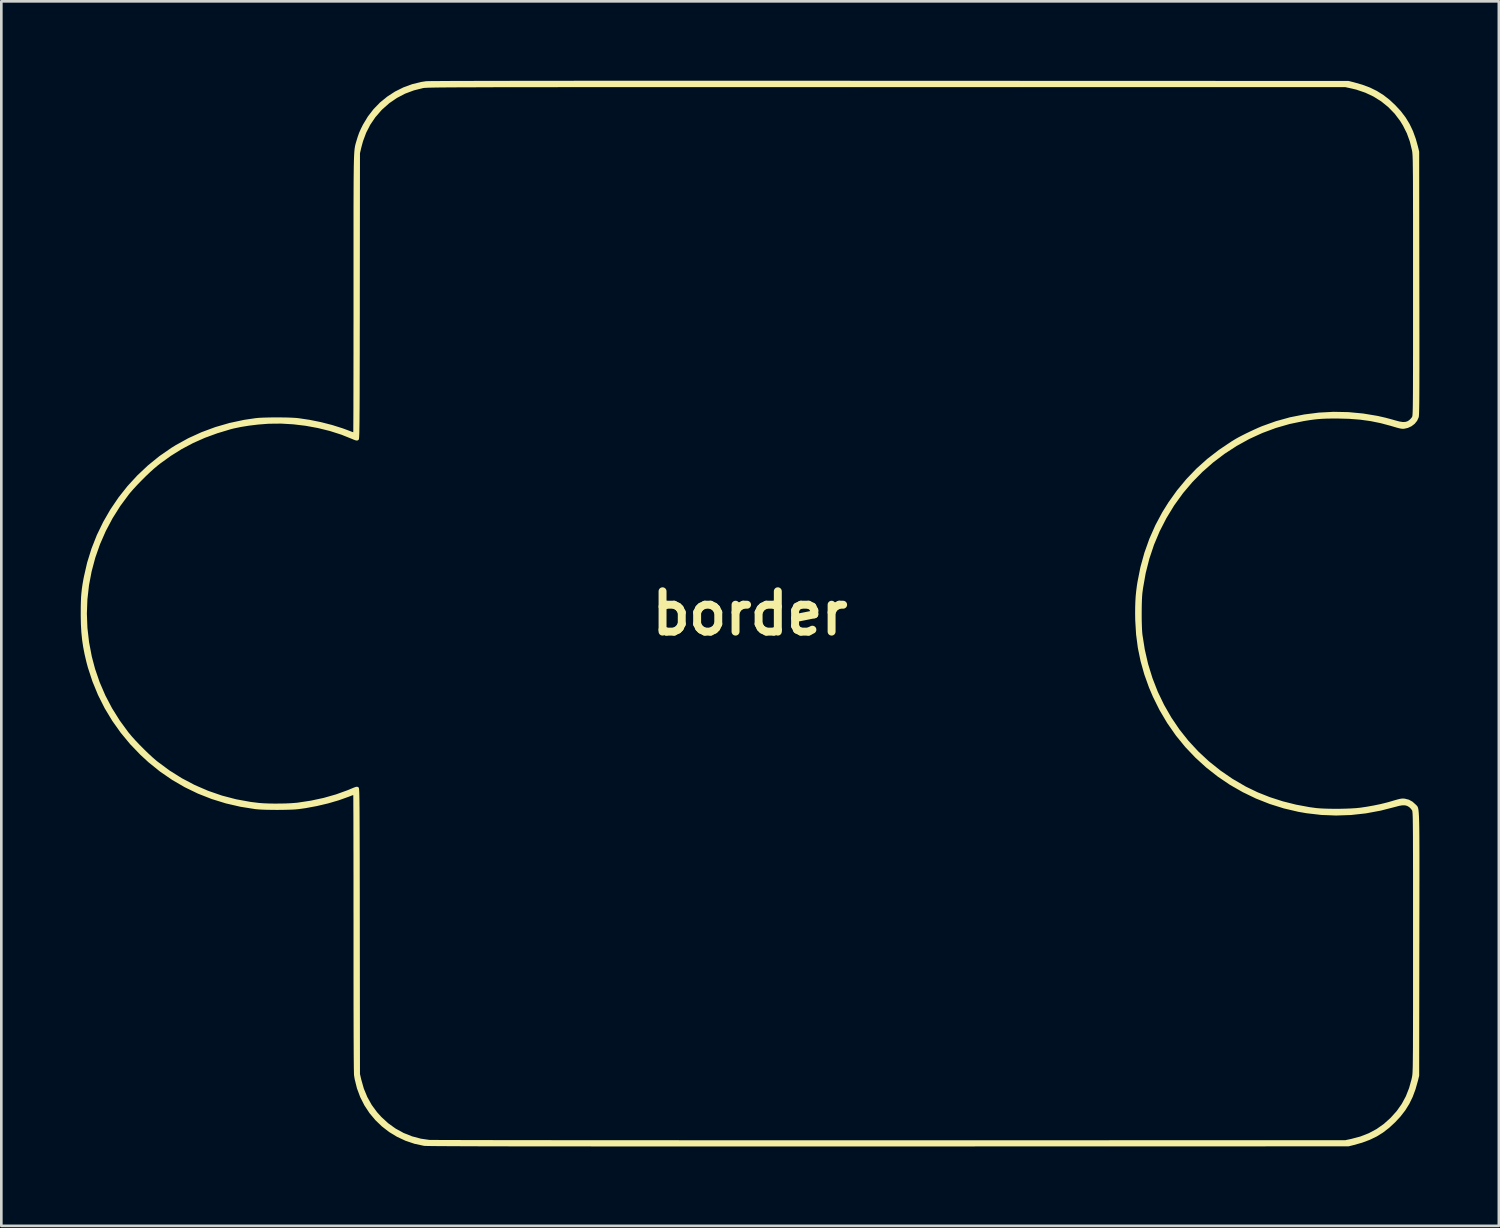
<source format=kicad_pcb>
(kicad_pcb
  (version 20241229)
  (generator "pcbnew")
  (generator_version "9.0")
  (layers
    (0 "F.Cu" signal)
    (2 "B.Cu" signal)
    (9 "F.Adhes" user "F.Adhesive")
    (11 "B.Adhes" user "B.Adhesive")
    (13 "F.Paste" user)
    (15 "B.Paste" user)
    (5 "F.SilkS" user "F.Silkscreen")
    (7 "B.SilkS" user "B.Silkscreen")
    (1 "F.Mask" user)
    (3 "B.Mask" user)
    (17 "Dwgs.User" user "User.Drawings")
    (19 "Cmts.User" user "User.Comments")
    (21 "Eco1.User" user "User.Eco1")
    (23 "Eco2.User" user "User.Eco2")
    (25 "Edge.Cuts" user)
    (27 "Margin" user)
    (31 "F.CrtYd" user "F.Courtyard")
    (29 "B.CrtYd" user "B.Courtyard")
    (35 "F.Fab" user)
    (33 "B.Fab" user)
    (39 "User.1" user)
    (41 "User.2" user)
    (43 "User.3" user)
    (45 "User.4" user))
  (footprint "border"
    (layer "F.Cu")
    (at 25.282 20.122)
    (property "Reference" "border" (at 0 0 0) (layer "F.SilkS") (effects (font (size 1.524 1.524) (thickness 0.3))))
    (attr board_only exclude_from_pos_files exclude_from_bom)
    (fp_poly (pts (xy -1.311 -20.122) (xy -0.41 -20.122) (xy 0.53 -20.121) (xy 1.511 -20.121) (xy 2.532 -20.121) (xy 3.595 -20.121) (xy 4.699 -20.12) (xy 5.275 -20.12) (xy 22.614 -20.114) (xy 22.805 -20.066) (xy 23.129 -19.974) (xy 23.419 -19.866) (xy 23.683 -19.737) (xy 23.928 -19.584) (xy 24.161 -19.403) (xy 24.374 -19.205) (xy 24.587 -18.975) (xy 24.767 -18.739) (xy 24.919 -18.49) (xy 25.047 -18.222) (xy 25.154 -17.927) (xy 25.235 -17.636) (xy 25.282 -17.445) (xy 25.288 -12.479) (xy 25.289 -11.932) (xy 25.29 -11.426) (xy 25.29 -10.959) (xy 25.291 -10.53) (xy 25.291 -10.137) (xy 25.291 -9.778) (xy 25.291 -9.452) (xy 25.291 -9.157) (xy 25.29 -8.892) (xy 25.29 -8.655) (xy 25.289 -8.444) (xy 25.288 -8.259) (xy 25.287 -8.096) (xy 25.286 -7.955) (xy 25.284 -7.835) (xy 25.282 -7.733) (xy 25.28 -7.648) (xy 25.278 -7.578) (xy 25.276 -7.522) (xy 25.273 -7.479) (xy 25.27 -7.445) (xy 25.267 -7.421) (xy 25.263 -7.405) (xy 25.263 -7.403) (xy 25.204 -7.274) (xy 25.112 -7.161) (xy 24.993 -7.07) (xy 24.855 -7.006) (xy 24.726 -6.977) (xy 24.681 -6.973) (xy 24.638 -6.974) (xy 24.589 -6.98) (xy 24.526 -6.993) (xy 24.444 -7.014) (xy 24.335 -7.046) (xy 24.204 -7.085) (xy 23.825 -7.186) (xy 23.442 -7.264) (xy 23.047 -7.318) (xy 22.632 -7.35) (xy 22.187 -7.361) (xy 22.18 -7.361) (xy 21.964 -7.36) (xy 21.779 -7.357) (xy 21.616 -7.35) (xy 21.464 -7.339) (xy 21.312 -7.323) (xy 21.15 -7.301) (xy 20.967 -7.272) (xy 20.92 -7.264) (xy 20.389 -7.154) (xy 19.868 -7.004) (xy 19.36 -6.815) (xy 18.868 -6.59) (xy 18.393 -6.328) (xy 17.938 -6.033) (xy 17.505 -5.706) (xy 17.097 -5.348) (xy 16.715 -4.96) (xy 16.363 -4.544) (xy 16.043 -4.102) (xy 16.026 -4.078) (xy 15.734 -3.599) (xy 15.48 -3.104) (xy 15.265 -2.593) (xy 15.088 -2.064) (xy 14.95 -1.518) (xy 14.85 -0.953) (xy 14.826 -0.773) (xy 14.816 -0.658) (xy 14.808 -0.509) (xy 14.803 -0.336) (xy 14.8 -0.146) (xy 14.799 0.05) (xy 14.8 0.245) (xy 14.805 0.429) (xy 14.811 0.594) (xy 14.82 0.73) (xy 14.826 0.794) (xy 14.915 1.361) (xy 15.041 1.912) (xy 15.206 2.446) (xy 15.407 2.961) (xy 15.645 3.457) (xy 15.917 3.931) (xy 16.222 4.382) (xy 16.561 4.809) (xy 16.932 5.211) (xy 17.335 5.586) (xy 17.767 5.932) (xy 18.229 6.25) (xy 18.719 6.536) (xy 18.749 6.552) (xy 19.182 6.761) (xy 19.644 6.944) (xy 20.129 7.1) (xy 20.63 7.226) (xy 21.141 7.321) (xy 21.386 7.354) (xy 21.523 7.366) (xy 21.693 7.375) (xy 21.887 7.381) (xy 22.095 7.383) (xy 22.309 7.382) (xy 22.519 7.377) (xy 22.716 7.369) (xy 22.89 7.358) (xy 23.033 7.344) (xy 23.038 7.344) (xy 23.301 7.305) (xy 23.57 7.257) (xy 23.83 7.203) (xy 24.069 7.144) (xy 24.204 7.106) (xy 24.344 7.064) (xy 24.451 7.034) (xy 24.531 7.013) (xy 24.593 7.001) (xy 24.644 6.995) (xy 24.69 6.996) (xy 24.738 7) (xy 24.739 7) (xy 24.891 7.038) (xy 25.03 7.114) (xy 25.144 7.216) (xy 25.16 7.233) (xy 25.175 7.247) (xy 25.189 7.26) (xy 25.202 7.274) (xy 25.213 7.289) (xy 25.224 7.308) (xy 25.234 7.332) (xy 25.243 7.363) (xy 25.251 7.403) (xy 25.258 7.452) (xy 25.264 7.513) (xy 25.269 7.587) (xy 25.274 7.676) (xy 25.278 7.781) (xy 25.282 7.904) (xy 25.285 8.047) (xy 25.287 8.212) (xy 25.289 8.399) (xy 25.29 8.61) (xy 25.291 8.848) (xy 25.292 9.113) (xy 25.292 9.408) (xy 25.292 9.733) (xy 25.292 10.091) (xy 25.291 10.484) (xy 25.291 10.911) (xy 25.29 11.377) (xy 25.289 11.881) (xy 25.289 12.425) (xy 25.288 12.5) (xy 25.282 17.466) (xy 25.235 17.657) (xy 25.144 17.979) (xy 25.037 18.267) (xy 24.909 18.53) (xy 24.758 18.774) (xy 24.578 19.006) (xy 24.374 19.226) (xy 24.148 19.435) (xy 23.918 19.613) (xy 23.676 19.763) (xy 23.415 19.889) (xy 23.129 19.996) (xy 22.809 20.086) (xy 22.805 20.087) (xy 22.614 20.135) (xy 5.233 20.139) (xy 4.168 20.139) (xy 3.145 20.139) (xy 2.163 20.139) (xy 1.221 20.139) (xy 0.318 20.139) (xy -0.546 20.139) (xy -1.373 20.139) (xy -2.162 20.139) (xy -2.914 20.139) (xy -3.632 20.139) (xy -4.314 20.139) (xy -4.962 20.139) (xy -5.577 20.139) (xy -6.159 20.138) (xy -6.71 20.138) (xy -7.229 20.138) (xy -7.718 20.137) (xy -8.178 20.137) (xy -8.608 20.136) (xy -9.011 20.136) (xy -9.386 20.135) (xy -9.734 20.134) (xy -10.057 20.134) (xy -10.355 20.133) (xy -10.628 20.132) (xy -10.878 20.131) (xy -11.105 20.13) (xy -11.31 20.129) (xy -11.493 20.128) (xy -11.656 20.127) (xy -11.8 20.126) (xy -11.924 20.125) (xy -12.03 20.124) (xy -12.118 20.122) (xy -12.189 20.121) (xy -12.245 20.119) (xy -12.285 20.118) (xy -12.31 20.116) (xy -12.319 20.115) (xy -12.674 20.038) (xy -13.013 19.924) (xy -13.332 19.775) (xy -13.631 19.594) (xy -13.905 19.382) (xy -14.154 19.142) (xy -14.375 18.877) (xy -14.565 18.588) (xy -14.723 18.277) (xy -14.846 17.947) (xy -14.932 17.601) (xy -14.956 17.457) (xy -14.959 17.417) (xy -14.961 17.336) (xy -14.964 17.214) (xy -14.966 17.052) (xy -14.968 16.848) (xy -14.97 16.603) (xy -14.971 16.317) (xy -14.973 15.989) (xy -14.974 15.62) (xy -14.975 15.21) (xy -14.976 14.757) (xy -14.976 14.263) (xy -14.977 13.727) (xy -14.977 13.149) (xy -14.977 12.529) (xy -14.977 12.083) (xy -14.977 11.616) (xy -14.978 11.16) (xy -14.978 10.717) (xy -14.978 10.289) (xy -14.978 9.877) (xy -14.979 9.484) (xy -14.979 9.111) (xy -14.98 8.761) (xy -14.98 8.434) (xy -14.981 8.133) (xy -14.981 7.859) (xy -14.982 7.615) (xy -14.983 7.402) (xy -14.984 7.221) (xy -14.984 7.076) (xy -14.985 6.966) (xy -14.986 6.896) (xy -14.987 6.865) (xy -14.987 6.864) (xy -15.01 6.871) (xy -15.063 6.89) (xy -15.134 6.918) (xy -15.152 6.925) (xy -15.529 7.06) (xy -15.935 7.179) (xy -16.36 7.279) (xy -16.791 7.359) (xy -17.064 7.397) (xy -17.178 7.407) (xy -17.326 7.415) (xy -17.498 7.42) (xy -17.688 7.424) (xy -17.885 7.425) (xy -18.081 7.423) (xy -18.268 7.42) (xy -18.438 7.414) (xy -18.581 7.405) (xy -18.674 7.397) (xy -19.245 7.307) (xy -19.8 7.179) (xy -20.336 7.013) (xy -20.853 6.81) (xy -21.351 6.569) (xy -21.828 6.292) (xy -22.285 5.978) (xy -22.719 5.628) (xy -23.021 5.351) (xy -23.414 4.943) (xy -23.771 4.511) (xy -24.093 4.057) (xy -24.379 3.582) (xy -24.628 3.087) (xy -24.839 2.575) (xy -25.012 2.046) (xy -25.069 1.832) (xy -25.137 1.544) (xy -25.19 1.269) (xy -25.23 0.999) (xy -25.258 0.723) (xy -25.275 0.43) (xy -25.282 0.11) (xy -25.282 0.01) (xy -25.05 0.01) (xy -25.029 0.55) (xy -24.967 1.091) (xy -24.864 1.63) (xy -24.741 2.095) (xy -24.566 2.604) (xy -24.352 3.101) (xy -24.099 3.583) (xy -23.808 4.048) (xy -23.482 4.494) (xy -23.458 4.523) (xy -23.346 4.656) (xy -23.209 4.808) (xy -23.055 4.97) (xy -22.892 5.134) (xy -22.729 5.292) (xy -22.572 5.437) (xy -22.431 5.559) (xy -22.381 5.6) (xy -21.931 5.933) (xy -21.462 6.228) (xy -20.974 6.485) (xy -20.47 6.703) (xy -19.949 6.883) (xy -19.413 7.023) (xy -18.864 7.123) (xy -18.547 7.162) (xy -18.385 7.174) (xy -18.193 7.182) (xy -17.983 7.186) (xy -17.764 7.185) (xy -17.549 7.181) (xy -17.347 7.172) (xy -17.172 7.159) (xy -17.096 7.152) (xy -16.593 7.076) (xy -16.107 6.972) (xy -15.643 6.84) (xy -15.207 6.683) (xy -15.074 6.628) (xy -14.972 6.585) (xy -14.9 6.559) (xy -14.851 6.55) (xy -14.817 6.555) (xy -14.789 6.574) (xy -14.78 6.584) (xy -14.776 6.591) (xy -14.773 6.602) (xy -14.77 6.621) (xy -14.767 6.647) (xy -14.764 6.684) (xy -14.761 6.732) (xy -14.759 6.793) (xy -14.757 6.868) (xy -14.755 6.959) (xy -14.753 7.068) (xy -14.752 7.196) (xy -14.75 7.344) (xy -14.749 7.514) (xy -14.748 7.708) (xy -14.747 7.927) (xy -14.746 8.173) (xy -14.745 8.447) (xy -14.744 8.75) (xy -14.743 9.085) (xy -14.742 9.452) (xy -14.742 9.854) (xy -14.741 10.292) (xy -14.74 10.766) (xy -14.74 11.28) (xy -14.739 11.834) (xy -14.739 12.013) (xy -14.733 17.403) (xy -14.685 17.609) (xy -14.587 17.954) (xy -14.455 18.273) (xy -14.29 18.569) (xy -14.089 18.843) (xy -13.928 19.022) (xy -13.668 19.261) (xy -13.386 19.464) (xy -13.085 19.629) (xy -12.767 19.756) (xy -12.432 19.845) (xy -12.117 19.891) (xy -12.087 19.892) (xy -12.016 19.893) (xy -11.904 19.893) (xy -11.753 19.894) (xy -11.564 19.895) (xy -11.337 19.896) (xy -11.074 19.896) (xy -10.776 19.897) (xy -10.443 19.898) (xy -10.077 19.898) (xy -9.679 19.899) (xy -9.25 19.9) (xy -8.79 19.9) (xy -8.301 19.901) (xy -7.784 19.901) (xy -7.239 19.902) (xy -6.669 19.902) (xy -6.073 19.903) (xy -5.453 19.903) (xy -4.809 19.903) (xy -4.144 19.904) (xy -3.457 19.904) (xy -2.75 19.904) (xy -2.024 19.905) (xy -1.28 19.905) (xy -0.519 19.905) (xy 0.259 19.905) (xy 1.051 19.905) (xy 1.858 19.905) (xy 2.678 19.905) (xy 3.51 19.905) (xy 4.353 19.905) (xy 5.206 19.905) (xy 5.275 19.905) (xy 22.487 19.903) (xy 22.716 19.854) (xy 23.06 19.763) (xy 23.377 19.639) (xy 23.671 19.482) (xy 23.945 19.289) (xy 24.202 19.059) (xy 24.204 19.056) (xy 24.43 18.805) (xy 24.621 18.536) (xy 24.777 18.247) (xy 24.901 17.933) (xy 24.995 17.593) (xy 25.012 17.509) (xy 25.017 17.486) (xy 25.02 17.461) (xy 25.024 17.432) (xy 25.027 17.396) (xy 25.03 17.353) (xy 25.033 17.301) (xy 25.035 17.238) (xy 25.038 17.162) (xy 25.04 17.072) (xy 25.041 16.965) (xy 25.043 16.842) (xy 25.044 16.699) (xy 25.046 16.535) (xy 25.047 16.348) (xy 25.047 16.137) (xy 25.048 15.9) (xy 25.049 15.636) (xy 25.049 15.342) (xy 25.05 15.017) (xy 25.05 14.659) (xy 25.05 14.268) (xy 25.05 13.84) (xy 25.05 13.375) (xy 25.05 12.87) (xy 25.05 12.414) (xy 25.05 11.875) (xy 25.05 11.378) (xy 25.05 10.919) (xy 25.05 10.498) (xy 25.05 10.112) (xy 25.05 9.761) (xy 25.049 9.443) (xy 25.049 9.155) (xy 25.048 8.897) (xy 25.047 8.667) (xy 25.047 8.463) (xy 25.046 8.283) (xy 25.044 8.126) (xy 25.043 7.991) (xy 25.041 7.875) (xy 25.04 7.777) (xy 25.038 7.696) (xy 25.035 7.629) (xy 25.033 7.576) (xy 25.03 7.534) (xy 25.027 7.502) (xy 25.024 7.478) (xy 25.021 7.461) (xy 25.017 7.449) (xy 25.013 7.442) (xy 24.972 7.385) (xy 24.915 7.328) (xy 24.901 7.317) (xy 24.828 7.274) (xy 24.746 7.252) (xy 24.648 7.251) (xy 24.526 7.272) (xy 24.401 7.305) (xy 23.834 7.451) (xy 23.268 7.556) (xy 22.704 7.618) (xy 22.142 7.637) (xy 21.581 7.615) (xy 21.022 7.55) (xy 20.718 7.497) (xy 20.172 7.369) (xy 19.638 7.202) (xy 19.119 6.997) (xy 18.618 6.755) (xy 18.135 6.479) (xy 17.675 6.168) (xy 17.238 5.825) (xy 16.827 5.451) (xy 16.444 5.048) (xy 16.092 4.616) (xy 16.086 4.608) (xy 15.763 4.144) (xy 15.474 3.656) (xy 15.223 3.15) (xy 15.077 2.807) (xy 14.898 2.307) (xy 14.758 1.809) (xy 14.654 1.306) (xy 14.587 0.792) (xy 14.555 0.26) (xy 14.551 0.011) (xy 14.553 -0.235) (xy 14.56 -0.451) (xy 14.572 -0.651) (xy 14.592 -0.847) (xy 14.619 -1.053) (xy 14.64 -1.186) (xy 14.75 -1.742) (xy 14.9 -2.287) (xy 15.088 -2.816) (xy 15.315 -3.33) (xy 15.579 -3.824) (xy 15.81 -4.194) (xy 16.135 -4.649) (xy 16.486 -5.072) (xy 16.865 -5.467) (xy 17.274 -5.834) (xy 17.715 -6.175) (xy 18.19 -6.494) (xy 18.356 -6.595) (xy 18.456 -6.651) (xy 18.584 -6.718) (xy 18.733 -6.793) (xy 18.891 -6.869) (xy 19.049 -6.943) (xy 19.198 -7.01) (xy 19.328 -7.065) (xy 19.341 -7.071) (xy 19.863 -7.258) (xy 20.398 -7.407) (xy 20.943 -7.515) (xy 21.495 -7.585) (xy 22.051 -7.614) (xy 22.608 -7.603) (xy 23.162 -7.551) (xy 23.711 -7.46) (xy 24.012 -7.391) (xy 24.11 -7.365) (xy 24.228 -7.333) (xy 24.349 -7.299) (xy 24.401 -7.284) (xy 24.548 -7.246) (xy 24.666 -7.229) (xy 24.761 -7.233) (xy 24.841 -7.258) (xy 24.901 -7.296) (xy 24.958 -7.349) (xy 25.006 -7.408) (xy 25.013 -7.421) (xy 25.017 -7.43) (xy 25.021 -7.443) (xy 25.025 -7.461) (xy 25.028 -7.486) (xy 25.031 -7.52) (xy 25.033 -7.563) (xy 25.036 -7.619) (xy 25.038 -7.688) (xy 25.04 -7.772) (xy 25.042 -7.873) (xy 25.043 -7.993) (xy 25.045 -8.132) (xy 25.046 -8.293) (xy 25.047 -8.477) (xy 25.048 -8.686) (xy 25.048 -8.921) (xy 25.049 -9.184) (xy 25.049 -9.477) (xy 25.05 -9.802) (xy 25.05 -10.159) (xy 25.05 -10.551) (xy 25.05 -10.979) (xy 25.05 -11.445) (xy 25.05 -11.951) (xy 25.05 -12.382) (xy 25.05 -12.92) (xy 25.05 -13.417) (xy 25.05 -13.875) (xy 25.05 -14.296) (xy 25.05 -14.681) (xy 25.05 -15.032) (xy 25.049 -15.351) (xy 25.049 -15.639) (xy 25.048 -15.899) (xy 25.048 -16.131) (xy 25.047 -16.337) (xy 25.046 -16.52) (xy 25.044 -16.68) (xy 25.043 -16.82) (xy 25.041 -16.941) (xy 25.04 -17.045) (xy 25.038 -17.133) (xy 25.035 -17.207) (xy 25.033 -17.27) (xy 25.03 -17.322) (xy 25.027 -17.365) (xy 25.024 -17.401) (xy 25.02 -17.431) (xy 25.016 -17.458) (xy 25.012 -17.483) (xy 25.011 -17.488) (xy 24.93 -17.823) (xy 24.817 -18.135) (xy 24.669 -18.43) (xy 24.563 -18.602) (xy 24.354 -18.879) (xy 24.115 -19.125) (xy 23.85 -19.34) (xy 23.559 -19.523) (xy 23.245 -19.671) (xy 22.91 -19.785) (xy 22.741 -19.826) (xy 22.487 -19.881) (xy 5.169 -19.881) (xy 4.14 -19.881) (xy 3.152 -19.881) (xy 2.204 -19.881) (xy 1.297 -19.881) (xy 0.428 -19.881) (xy -0.402 -19.881) (xy -1.196 -19.881) (xy -1.953 -19.881) (xy -2.674 -19.881) (xy -3.361 -19.881) (xy -4.015 -19.881) (xy -4.635 -19.881) (xy -5.223 -19.88) (xy -5.781 -19.88) (xy -6.308 -19.88) (xy -6.805 -19.88) (xy -7.274 -19.879) (xy -7.715 -19.879) (xy -8.13 -19.879) (xy -8.518 -19.878) (xy -8.882 -19.878) (xy -9.221 -19.877) (xy -9.537 -19.877) (xy -9.83 -19.876) (xy -10.101 -19.875) (xy -10.352 -19.874) (xy -10.583 -19.874) (xy -10.795 -19.873) (xy -10.989 -19.872) (xy -11.165 -19.871) (xy -11.325 -19.87) (xy -11.469 -19.869) (xy -11.598 -19.868) (xy -11.714 -19.867) (xy -11.817 -19.865) (xy -11.907 -19.864) (xy -11.986 -19.863) (xy -12.055 -19.861) (xy -12.114 -19.86) (xy -12.165 -19.858) (xy -12.207 -19.856) (xy -12.243 -19.854) (xy -12.272 -19.853) (xy -12.297 -19.851) (xy -12.317 -19.849) (xy -12.333 -19.846) (xy -12.347 -19.844) (xy -12.35 -19.844) (xy -12.698 -19.757) (xy -13.026 -19.634) (xy -13.334 -19.473) (xy -13.621 -19.277) (xy -13.883 -19.046) (xy -13.925 -19.004) (xy -14.152 -18.742) (xy -14.343 -18.461) (xy -14.498 -18.159) (xy -14.619 -17.833) (xy -14.685 -17.588) (xy -14.733 -17.382) (xy -14.739 -11.992) (xy -14.739 -11.425) (xy -14.74 -10.899) (xy -14.741 -10.412) (xy -14.741 -9.963) (xy -14.742 -9.551) (xy -14.743 -9.173) (xy -14.744 -8.828) (xy -14.744 -8.515) (xy -14.745 -8.233) (xy -14.746 -7.978) (xy -14.747 -7.751) (xy -14.749 -7.55) (xy -14.75 -7.373) (xy -14.751 -7.218) (xy -14.753 -7.084) (xy -14.755 -6.969) (xy -14.756 -6.873) (xy -14.758 -6.793) (xy -14.761 -6.728) (xy -14.763 -6.676) (xy -14.766 -6.636) (xy -14.769 -6.607) (xy -14.772 -6.586) (xy -14.775 -6.572) (xy -14.779 -6.565) (xy -14.78 -6.563) (xy -14.811 -6.537) (xy -14.849 -6.528) (xy -14.901 -6.537) (xy -14.977 -6.565) (xy -15.032 -6.589) (xy -15.436 -6.751) (xy -15.868 -6.889) (xy -16.32 -7.001) (xy -16.783 -7.086) (xy -17.251 -7.142) (xy -17.714 -7.169) (xy -18.166 -7.164) (xy -18.234 -7.16) (xy -18.579 -7.133) (xy -18.912 -7.093) (xy -19.225 -7.043) (xy -19.507 -6.984) (xy -19.617 -6.956) (xy -20.121 -6.804) (xy -20.594 -6.631) (xy -21.039 -6.433) (xy -21.464 -6.208) (xy -21.873 -5.953) (xy -22.273 -5.665) (xy -22.381 -5.58) (xy -22.513 -5.469) (xy -22.664 -5.333) (xy -22.825 -5.18) (xy -22.988 -5.017) (xy -23.146 -4.854) (xy -23.291 -4.697) (xy -23.415 -4.555) (xy -23.458 -4.502) (xy -23.789 -4.055) (xy -24.081 -3.59) (xy -24.336 -3.109) (xy -24.553 -2.614) (xy -24.731 -2.106) (xy -24.87 -1.587) (xy -24.97 -1.061) (xy -25.03 -0.528) (xy -25.05 0.01) (xy -25.282 0.01) (xy -25.282 -0.021) (xy -25.281 -0.249) (xy -25.276 -0.444) (xy -25.269 -0.616) (xy -25.256 -0.774) (xy -25.239 -0.928) (xy -25.216 -1.088) (xy -25.186 -1.263) (xy -25.164 -1.377) (xy -25.04 -1.918) (xy -24.876 -2.446) (xy -24.674 -2.958) (xy -24.435 -3.452) (xy -24.161 -3.927) (xy -23.854 -4.38) (xy -23.514 -4.81) (xy -23.142 -5.214) (xy -22.741 -5.591) (xy -22.312 -5.939) (xy -21.855 -6.255) (xy -21.7 -6.351) (xy -21.221 -6.616) (xy -20.721 -6.844) (xy -20.2 -7.037) (xy -19.662 -7.193) (xy -19.108 -7.311) (xy -18.674 -7.375) (xy -18.56 -7.386) (xy -18.412 -7.394) (xy -18.24 -7.399) (xy -18.05 -7.403) (xy -17.853 -7.404) (xy -17.657 -7.402) (xy -17.47 -7.399) (xy -17.3 -7.392) (xy -17.157 -7.384) (xy -17.064 -7.375) (xy -16.634 -7.311) (xy -16.204 -7.224) (xy -15.784 -7.116) (xy -15.387 -6.991) (xy -15.152 -6.904) (xy -15.078 -6.875) (xy -15.02 -6.853) (xy -14.989 -6.843) (xy -14.987 -6.843) (xy -14.986 -6.863) (xy -14.985 -6.925) (xy -14.985 -7.025) (xy -14.984 -7.162) (xy -14.983 -7.335) (xy -14.982 -7.54) (xy -14.981 -7.777) (xy -14.981 -8.044) (xy -14.98 -8.339) (xy -14.98 -8.66) (xy -14.979 -9.005) (xy -14.979 -9.373) (xy -14.978 -9.762) (xy -14.978 -10.169) (xy -14.978 -10.593) (xy -14.977 -11.033) (xy -14.977 -11.486) (xy -14.977 -11.951) (xy -14.977 -12.07) (xy -14.977 -12.634) (xy -14.977 -13.158) (xy -14.977 -13.642) (xy -14.977 -14.089) (xy -14.977 -14.5) (xy -14.977 -14.877) (xy -14.977 -15.222) (xy -14.976 -15.535) (xy -14.975 -15.819) (xy -14.974 -16.076) (xy -14.973 -16.306) (xy -14.971 -16.512) (xy -14.969 -16.695) (xy -14.967 -16.857) (xy -14.964 -16.999) (xy -14.961 -17.124) (xy -14.957 -17.232) (xy -14.953 -17.326) (xy -14.948 -17.407) (xy -14.943 -17.476) (xy -14.937 -17.535) (xy -14.93 -17.587) (xy -14.923 -17.632) (xy -14.915 -17.672) (xy -14.906 -17.709) (xy -14.897 -17.744) (xy -14.887 -17.779) (xy -14.876 -17.816) (xy -14.864 -17.857) (xy -14.863 -17.86) (xy -14.814 -18.018) (xy -14.765 -18.155) (xy -14.707 -18.288) (xy -14.635 -18.434) (xy -14.616 -18.47) (xy -14.433 -18.773) (xy -14.218 -19.051) (xy -13.974 -19.302) (xy -13.702 -19.523) (xy -13.408 -19.714) (xy -13.092 -19.871) (xy -12.759 -19.993) (xy -12.412 -20.077) (xy -12.245 -20.103) (xy -12.219 -20.105) (xy -12.165 -20.106) (xy -12.083 -20.108) (xy -11.972 -20.109) (xy -11.832 -20.11) (xy -11.662 -20.111) (xy -11.462 -20.112) (xy -11.232 -20.114) (xy -10.97 -20.114) (xy -10.676 -20.115) (xy -10.351 -20.116) (xy -9.993 -20.117) (xy -9.602 -20.118) (xy -9.177 -20.118) (xy -8.719 -20.119) (xy -8.226 -20.12) (xy -7.699 -20.12) (xy -7.136 -20.12) (xy -6.538 -20.121) (xy -5.903 -20.121) (xy -5.232 -20.121) (xy -4.524 -20.122) (xy -3.778 -20.122) (xy -2.994 -20.122) (xy -2.172 -20.122)) (stroke (width 0) (type solid)) (fill yes) (layer "F.SilkS")))
  (gr_rect
    (start -3 -3)
    (end 53.574 43.261)
    (stroke (width 0.1) (type default))
    (fill no)
    (layer "Edge.Cuts")))
</source>
